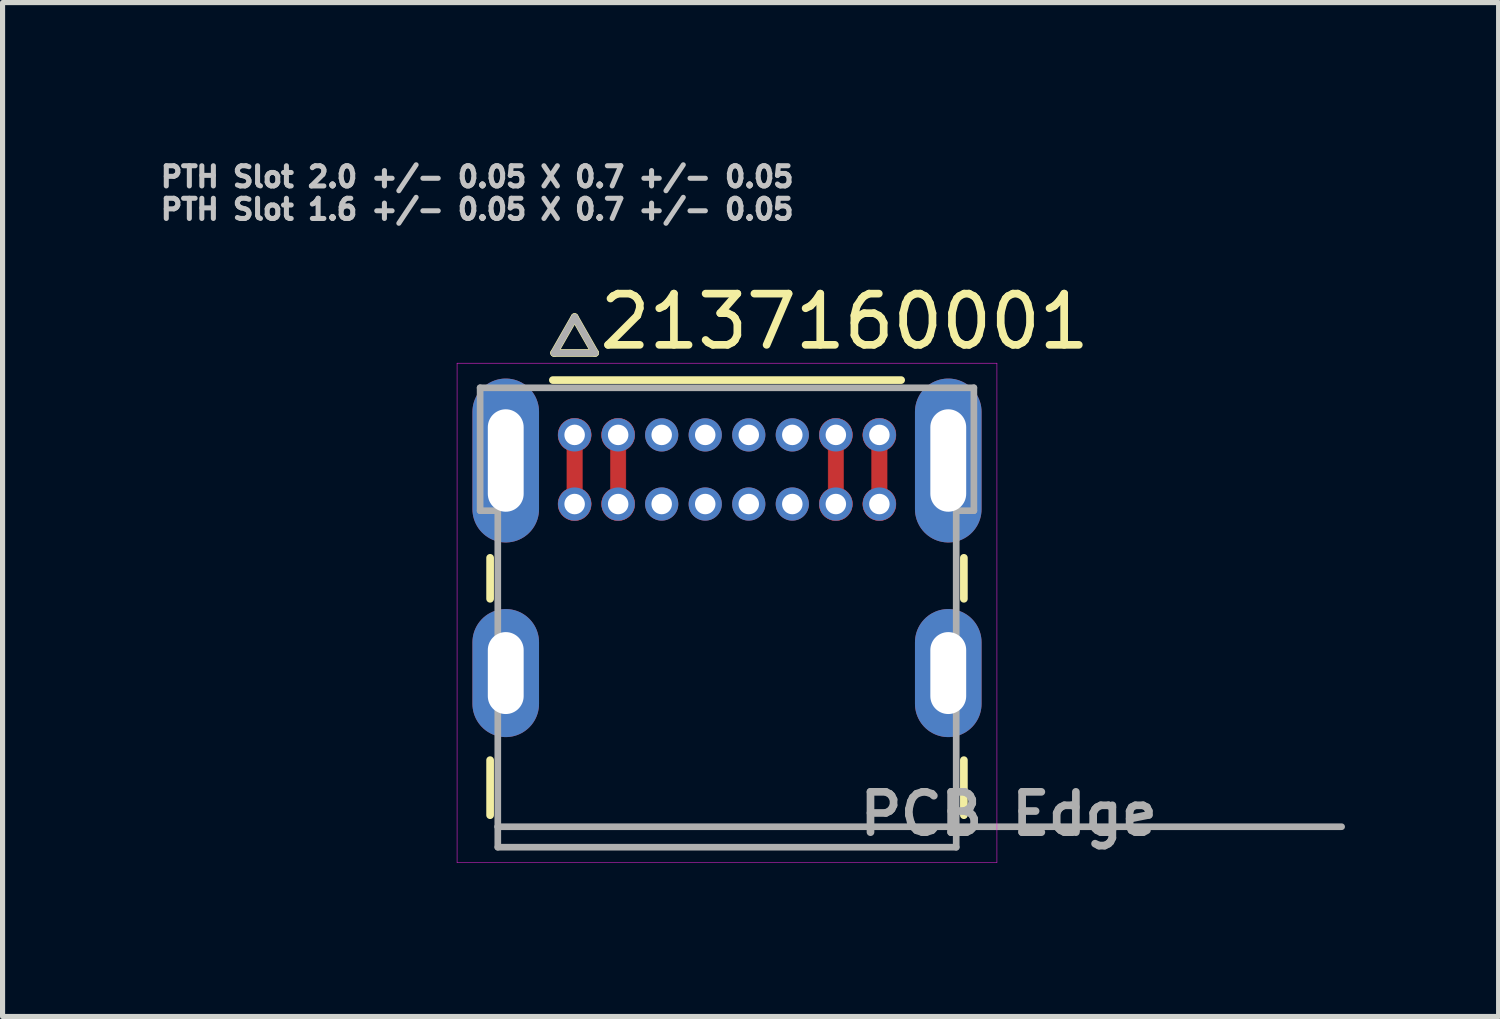
<source format=kicad_pcb>
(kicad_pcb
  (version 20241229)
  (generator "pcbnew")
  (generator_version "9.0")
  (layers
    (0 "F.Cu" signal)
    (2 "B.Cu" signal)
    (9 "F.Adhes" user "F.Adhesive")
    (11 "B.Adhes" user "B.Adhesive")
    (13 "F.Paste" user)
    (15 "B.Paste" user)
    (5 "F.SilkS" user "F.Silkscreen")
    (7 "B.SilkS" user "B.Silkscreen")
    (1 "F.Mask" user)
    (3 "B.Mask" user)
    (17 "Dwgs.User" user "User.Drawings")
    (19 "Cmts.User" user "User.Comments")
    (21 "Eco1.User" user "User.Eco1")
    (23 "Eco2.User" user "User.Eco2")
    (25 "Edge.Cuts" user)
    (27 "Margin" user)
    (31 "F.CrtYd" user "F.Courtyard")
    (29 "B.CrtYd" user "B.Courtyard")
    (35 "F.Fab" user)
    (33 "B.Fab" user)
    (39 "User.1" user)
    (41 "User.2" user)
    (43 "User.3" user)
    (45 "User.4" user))
  (footprint "2137160001"
    (layer "F.Cu")
    (at 11.144 13.091)
    (property "Reference" "2137160001" (at 2.297 -9.863 0) (layer "F.SilkS") (effects (font (size 1 1) (thickness 0.15))))
    (attr through_hole)
    (fp_poly (pts (xy -2.825 -6.587) (xy -2.775 -6.555) (xy -2.733 -6.516) (xy -2.699 -6.47) (xy -2.673 -6.419) (xy -2.657 -6.364) (xy -2.651 -6.307) (xy -2.655 -6.25) (xy -2.669 -6.194) (xy -2.692 -6.142) (xy -2.724 -6.095) (xy -2.764 -6.054) (xy -2.811 -6.021) (xy -2.863 -5.996) (xy -2.918 -5.981) (xy -2.975 -5.976) (xy -3.032 -5.981) (xy -3.087 -5.996) (xy -3.139 -6.021) (xy -3.186 -6.054) (xy -3.226 -6.095) (xy -3.258 -6.142) (xy -3.281 -6.194) (xy -3.295 -6.25) (xy -3.299 -6.307) (xy -3.293 -6.364) (xy -3.277 -6.419) (xy -3.251 -6.47) (xy -3.217 -6.516) (xy -3.175 -6.555) (xy -3.125 -6.587) (xy -3.125 -7.363) (xy -3.175 -7.395) (xy -3.217 -7.434) (xy -3.251 -7.48) (xy -3.277 -7.531) (xy -3.293 -7.586) (xy -3.299 -7.643) (xy -3.295 -7.7) (xy -3.281 -7.756) (xy -3.258 -7.808) (xy -3.226 -7.855) (xy -3.186 -7.896) (xy -3.139 -7.929) (xy -3.087 -7.954) (xy -3.032 -7.969) (xy -2.975 -7.974) (xy -2.918 -7.969) (xy -2.863 -7.954) (xy -2.811 -7.929) (xy -2.764 -7.896) (xy -2.724 -7.855) (xy -2.692 -7.808) (xy -2.669 -7.756) (xy -2.655 -7.7) (xy -2.651 -7.643) (xy -2.657 -7.586) (xy -2.673 -7.531) (xy -2.699 -7.48) (xy -2.733 -7.434) (xy -2.775 -7.395) (xy -2.825 -7.363) (xy -2.825 -6.587) (xy -2.825 -6.587)) (stroke (width 0.01) (type solid)) (fill yes) (layer "F.Cu"))
    (fp_poly (pts (xy -1.975 -6.587) (xy -1.925 -6.555) (xy -1.883 -6.516) (xy -1.849 -6.47) (xy -1.823 -6.419) (xy -1.807 -6.364) (xy -1.801 -6.307) (xy -1.805 -6.25) (xy -1.819 -6.194) (xy -1.842 -6.142) (xy -1.874 -6.095) (xy -1.914 -6.054) (xy -1.961 -6.021) (xy -2.013 -5.996) (xy -2.068 -5.981) (xy -2.125 -5.976) (xy -2.182 -5.981) (xy -2.237 -5.996) (xy -2.289 -6.021) (xy -2.336 -6.054) (xy -2.376 -6.095) (xy -2.408 -6.142) (xy -2.431 -6.194) (xy -2.445 -6.25) (xy -2.449 -6.307) (xy -2.443 -6.364) (xy -2.427 -6.419) (xy -2.401 -6.47) (xy -2.367 -6.516) (xy -2.325 -6.555) (xy -2.275 -6.587) (xy -2.275 -7.363) (xy -2.325 -7.395) (xy -2.367 -7.434) (xy -2.401 -7.48) (xy -2.427 -7.531) (xy -2.443 -7.586) (xy -2.449 -7.643) (xy -2.445 -7.7) (xy -2.431 -7.756) (xy -2.408 -7.808) (xy -2.376 -7.855) (xy -2.336 -7.896) (xy -2.289 -7.929) (xy -2.237 -7.954) (xy -2.182 -7.969) (xy -2.125 -7.974) (xy -2.068 -7.969) (xy -2.013 -7.954) (xy -1.961 -7.929) (xy -1.914 -7.896) (xy -1.874 -7.855) (xy -1.842 -7.808) (xy -1.819 -7.756) (xy -1.805 -7.7) (xy -1.801 -7.643) (xy -1.807 -7.586) (xy -1.823 -7.531) (xy -1.849 -7.48) (xy -1.883 -7.434) (xy -1.925 -7.395) (xy -1.975 -7.363) (xy -1.975 -6.587) (xy -1.975 -6.587)) (stroke (width 0.01) (type solid)) (fill yes) (layer "F.Cu"))
    (fp_poly (pts (xy 1.975 -7.363) (xy 1.975 -6.587) (xy 1.925 -6.555) (xy 1.883 -6.516) (xy 1.849 -6.47) (xy 1.823 -6.419) (xy 1.807 -6.364) (xy 1.801 -6.307) (xy 1.805 -6.25) (xy 1.819 -6.194) (xy 1.842 -6.142) (xy 1.874 -6.095) (xy 1.914 -6.054) (xy 1.961 -6.021) (xy 2.013 -5.996) (xy 2.068 -5.981) (xy 2.125 -5.976) (xy 2.182 -5.981) (xy 2.237 -5.996) (xy 2.289 -6.021) (xy 2.336 -6.054) (xy 2.376 -6.095) (xy 2.408 -6.142) (xy 2.431 -6.194) (xy 2.445 -6.25) (xy 2.449 -6.307) (xy 2.443 -6.364) (xy 2.427 -6.419) (xy 2.401 -6.47) (xy 2.367 -6.516) (xy 2.325 -6.555) (xy 2.275 -6.587) (xy 2.275 -7.363) (xy 2.325 -7.395) (xy 2.367 -7.434) (xy 2.401 -7.48) (xy 2.427 -7.531) (xy 2.443 -7.586) (xy 2.449 -7.643) (xy 2.445 -7.7) (xy 2.431 -7.756) (xy 2.408 -7.808) (xy 2.376 -7.855) (xy 2.336 -7.896) (xy 2.289 -7.929) (xy 2.237 -7.954) (xy 2.182 -7.969) (xy 2.125 -7.974) (xy 2.068 -7.969) (xy 2.013 -7.954) (xy 1.961 -7.929) (xy 1.914 -7.896) (xy 1.874 -7.855) (xy 1.842 -7.808) (xy 1.819 -7.756) (xy 1.805 -7.7) (xy 1.801 -7.643) (xy 1.807 -7.586) (xy 1.823 -7.531) (xy 1.849 -7.48) (xy 1.883 -7.434) (xy 1.925 -7.395) (xy 1.975 -7.363) (xy 1.975 -7.363)) (stroke (width 0.01) (type solid)) (fill yes) (layer "F.Cu"))
    (fp_poly (pts (xy 3.125 -6.587) (xy 3.175 -6.555) (xy 3.217 -6.516) (xy 3.251 -6.47) (xy 3.277 -6.419) (xy 3.293 -6.364) (xy 3.299 -6.307) (xy 3.295 -6.25) (xy 3.281 -6.194) (xy 3.258 -6.142) (xy 3.226 -6.095) (xy 3.186 -6.054) (xy 3.139 -6.021) (xy 3.087 -5.996) (xy 3.032 -5.981) (xy 2.975 -5.976) (xy 2.918 -5.981) (xy 2.863 -5.996) (xy 2.811 -6.021) (xy 2.764 -6.054) (xy 2.724 -6.095) (xy 2.692 -6.142) (xy 2.669 -6.194) (xy 2.655 -6.25) (xy 2.651 -6.307) (xy 2.657 -6.364) (xy 2.673 -6.419) (xy 2.699 -6.47) (xy 2.733 -6.516) (xy 2.775 -6.555) (xy 2.825 -6.587) (xy 2.825 -7.363) (xy 2.775 -7.395) (xy 2.733 -7.434) (xy 2.699 -7.48) (xy 2.673 -7.531) (xy 2.657 -7.586) (xy 2.651 -7.643) (xy 2.655 -7.7) (xy 2.669 -7.756) (xy 2.692 -7.808) (xy 2.724 -7.855) (xy 2.764 -7.896) (xy 2.811 -7.929) (xy 2.863 -7.954) (xy 2.918 -7.969) (xy 2.975 -7.974) (xy 3.032 -7.969) (xy 3.087 -7.954) (xy 3.139 -7.929) (xy 3.186 -7.896) (xy 3.226 -7.855) (xy 3.258 -7.808) (xy 3.281 -7.756) (xy 3.295 -7.7) (xy 3.299 -7.643) (xy 3.293 -7.586) (xy 3.277 -7.531) (xy 3.251 -7.48) (xy 3.217 -7.434) (xy 3.175 -7.395) (xy 3.125 -7.363) (xy 3.125 -6.587) (xy 3.125 -6.587)) (stroke (width 0.01) (type solid)) (fill yes) (layer "F.Cu"))
    (fp_circle (center -1.275 -7.65) (end -1.081 -7.65) (stroke (width 0.388) (type solid)) (fill no) (layer "F.Mask"))
    (fp_circle (center -1.275 -6.3) (end -1.081 -6.3) (stroke (width 0.388) (type solid)) (fill no) (layer "F.Mask"))
    (fp_circle (center -0.425 -7.65) (end -0.231 -7.65) (stroke (width 0.388) (type solid)) (fill no) (layer "F.Mask"))
    (fp_circle (center -0.425 -6.3) (end -0.231 -6.3) (stroke (width 0.388) (type solid)) (fill no) (layer "F.Mask"))
    (fp_circle (center 0.425 -7.65) (end 0.619 -7.65) (stroke (width 0.388) (type solid)) (fill no) (layer "F.Mask"))
    (fp_circle (center 0.425 -6.3) (end 0.619 -6.3) (stroke (width 0.388) (type solid)) (fill no) (layer "F.Mask"))
    (fp_circle (center 1.275 -7.65) (end 1.469 -7.65) (stroke (width 0.388) (type solid)) (fill no) (layer "F.Mask"))
    (fp_circle (center 1.275 -6.3) (end 1.469 -6.3) (stroke (width 0.388) (type solid)) (fill no) (layer "F.Mask"))
    (fp_poly (pts (xy -3.188 -7.327) (xy -3.188 -6.623) (xy -3.238 -6.584) (xy -3.283 -6.535) (xy -3.318 -6.48) (xy -3.344 -6.418) (xy -3.359 -6.354) (xy -3.362 -6.288) (xy -3.355 -6.222) (xy -3.336 -6.159) (xy -3.306 -6.099) (xy -3.267 -6.046) (xy -3.22 -6) (xy -3.165 -5.962) (xy -3.105 -5.935) (xy -3.041 -5.918) (xy -2.975 -5.912) (xy -2.909 -5.918) (xy -2.845 -5.935) (xy -2.785 -5.962) (xy -2.73 -6) (xy -2.683 -6.046) (xy -2.644 -6.099) (xy -2.614 -6.159) (xy -2.595 -6.222) (xy -2.588 -6.288) (xy -2.591 -6.354) (xy -2.606 -6.418) (xy -2.632 -6.48) (xy -2.667 -6.535) (xy -2.712 -6.584) (xy -2.761 -6.623) (xy -2.761 -7.327) (xy -2.712 -7.366) (xy -2.667 -7.415) (xy -2.632 -7.47) (xy -2.606 -7.532) (xy -2.591 -7.596) (xy -2.588 -7.662) (xy -2.595 -7.728) (xy -2.614 -7.791) (xy -2.644 -7.851) (xy -2.683 -7.904) (xy -2.73 -7.95) (xy -2.785 -7.988) (xy -2.845 -8.015) (xy -2.909 -8.032) (xy -2.975 -8.038) (xy -3.041 -8.032) (xy -3.105 -8.015) (xy -3.165 -7.988) (xy -3.22 -7.95) (xy -3.267 -7.904) (xy -3.306 -7.851) (xy -3.336 -7.791) (xy -3.355 -7.728) (xy -3.362 -7.662) (xy -3.359 -7.596) (xy -3.344 -7.532) (xy -3.318 -7.47) (xy -3.283 -7.415) (xy -3.238 -7.366) (xy -3.188 -7.327) (xy -3.188 -7.327)) (stroke (width 0.01) (type solid)) (fill yes) (layer "F.Mask"))
    (fp_poly (pts (xy -1.911 -6.623) (xy -1.862 -6.584) (xy -1.817 -6.535) (xy -1.782 -6.48) (xy -1.756 -6.418) (xy -1.741 -6.354) (xy -1.738 -6.288) (xy -1.745 -6.222) (xy -1.764 -6.159) (xy -1.794 -6.099) (xy -1.833 -6.046) (xy -1.88 -6) (xy -1.935 -5.962) (xy -1.995 -5.935) (xy -2.059 -5.918) (xy -2.125 -5.912) (xy -2.191 -5.918) (xy -2.255 -5.935) (xy -2.315 -5.962) (xy -2.37 -6) (xy -2.417 -6.046) (xy -2.456 -6.099) (xy -2.486 -6.159) (xy -2.505 -6.222) (xy -2.512 -6.288) (xy -2.509 -6.354) (xy -2.494 -6.418) (xy -2.468 -6.48) (xy -2.433 -6.535) (xy -2.388 -6.584) (xy -2.338 -6.623) (xy -2.338 -7.327) (xy -2.388 -7.366) (xy -2.433 -7.415) (xy -2.468 -7.47) (xy -2.494 -7.532) (xy -2.509 -7.596) (xy -2.512 -7.662) (xy -2.505 -7.728) (xy -2.486 -7.791) (xy -2.456 -7.851) (xy -2.417 -7.904) (xy -2.37 -7.95) (xy -2.315 -7.988) (xy -2.255 -8.015) (xy -2.191 -8.032) (xy -2.125 -8.038) (xy -2.059 -8.032) (xy -1.995 -8.015) (xy -1.935 -7.988) (xy -1.88 -7.95) (xy -1.833 -7.904) (xy -1.794 -7.851) (xy -1.764 -7.791) (xy -1.745 -7.728) (xy -1.738 -7.662) (xy -1.741 -7.596) (xy -1.756 -7.532) (xy -1.782 -7.47) (xy -1.817 -7.415) (xy -1.862 -7.366) (xy -1.911 -7.327) (xy -1.911 -6.623) (xy -1.911 -6.623)) (stroke (width 0.01) (type solid)) (fill yes) (layer "F.Mask"))
    (fp_poly (pts (xy 2.338 -6.623) (xy 2.388 -6.584) (xy 2.433 -6.535) (xy 2.468 -6.48) (xy 2.494 -6.418) (xy 2.509 -6.354) (xy 2.512 -6.288) (xy 2.505 -6.222) (xy 2.486 -6.159) (xy 2.456 -6.099) (xy 2.417 -6.046) (xy 2.37 -6) (xy 2.315 -5.962) (xy 2.255 -5.935) (xy 2.191 -5.918) (xy 2.125 -5.912) (xy 2.059 -5.918) (xy 1.995 -5.935) (xy 1.935 -5.962) (xy 1.88 -6) (xy 1.833 -6.046) (xy 1.794 -6.099) (xy 1.764 -6.159) (xy 1.745 -6.222) (xy 1.738 -6.288) (xy 1.741 -6.354) (xy 1.756 -6.418) (xy 1.782 -6.48) (xy 1.817 -6.535) (xy 1.862 -6.584) (xy 1.911 -6.623) (xy 1.911 -7.327) (xy 1.862 -7.366) (xy 1.817 -7.415) (xy 1.782 -7.47) (xy 1.756 -7.532) (xy 1.741 -7.596) (xy 1.738 -7.662) (xy 1.745 -7.728) (xy 1.764 -7.791) (xy 1.794 -7.851) (xy 1.833 -7.904) (xy 1.88 -7.95) (xy 1.935 -7.988) (xy 1.995 -8.015) (xy 2.059 -8.032) (xy 2.125 -8.038) (xy 2.191 -8.032) (xy 2.255 -8.015) (xy 2.315 -7.988) (xy 2.37 -7.95) (xy 2.417 -7.904) (xy 2.456 -7.851) (xy 2.486 -7.791) (xy 2.505 -7.728) (xy 2.512 -7.662) (xy 2.509 -7.596) (xy 2.494 -7.532) (xy 2.468 -7.47) (xy 2.433 -7.415) (xy 2.388 -7.366) (xy 2.338 -7.327) (xy 2.338 -6.623) (xy 2.338 -6.623)) (stroke (width 0.01) (type solid)) (fill yes) (layer "F.Mask"))
    (fp_poly (pts (xy 2.761 -7.327) (xy 2.761 -6.623) (xy 2.712 -6.584) (xy 2.667 -6.535) (xy 2.632 -6.48) (xy 2.606 -6.418) (xy 2.591 -6.354) (xy 2.588 -6.288) (xy 2.595 -6.222) (xy 2.614 -6.159) (xy 2.644 -6.099) (xy 2.683 -6.046) (xy 2.73 -6) (xy 2.785 -5.962) (xy 2.845 -5.935) (xy 2.909 -5.918) (xy 2.975 -5.912) (xy 3.041 -5.918) (xy 3.105 -5.935) (xy 3.165 -5.962) (xy 3.22 -6) (xy 3.267 -6.046) (xy 3.306 -6.099) (xy 3.336 -6.159) (xy 3.355 -6.222) (xy 3.362 -6.288) (xy 3.359 -6.354) (xy 3.344 -6.418) (xy 3.318 -6.48) (xy 3.283 -6.535) (xy 3.238 -6.584) (xy 3.188 -6.623) (xy 3.188 -7.327) (xy 3.238 -7.366) (xy 3.283 -7.415) (xy 3.318 -7.47) (xy 3.344 -7.532) (xy 3.359 -7.596) (xy 3.362 -7.662) (xy 3.355 -7.728) (xy 3.336 -7.791) (xy 3.306 -7.851) (xy 3.267 -7.904) (xy 3.22 -7.95) (xy 3.165 -7.988) (xy 3.105 -8.015) (xy 3.041 -8.032) (xy 2.975 -8.038) (xy 2.909 -8.032) (xy 2.845 -8.015) (xy 2.785 -7.988) (xy 2.73 -7.95) (xy 2.683 -7.904) (xy 2.644 -7.851) (xy 2.614 -7.791) (xy 2.595 -7.728) (xy 2.588 -7.662) (xy 2.591 -7.596) (xy 2.606 -7.532) (xy 2.632 -7.47) (xy 2.667 -7.415) (xy 2.712 -7.366) (xy 2.761 -7.327) (xy 2.761 -7.327)) (stroke (width 0.01) (type solid)) (fill yes) (layer "F.Mask"))
    (fp_circle (center -2.975 -7.65) (end -2.781 -7.65) (stroke (width 0.388) (type solid)) (fill no) (layer "B.Mask"))
    (fp_circle (center -2.975 -6.3) (end -2.781 -6.3) (stroke (width 0.388) (type solid)) (fill no) (layer "B.Mask"))
    (fp_circle (center -2.125 -7.65) (end -1.931 -7.65) (stroke (width 0.388) (type solid)) (fill no) (layer "B.Mask"))
    (fp_circle (center -2.125 -6.3) (end -1.931 -6.3) (stroke (width 0.388) (type solid)) (fill no) (layer "B.Mask"))
    (fp_circle (center -1.275 -7.65) (end -1.081 -7.65) (stroke (width 0.388) (type solid)) (fill no) (layer "B.Mask"))
    (fp_circle (center -1.275 -6.3) (end -1.081 -6.3) (stroke (width 0.388) (type solid)) (fill no) (layer "B.Mask"))
    (fp_circle (center -0.425 -7.65) (end -0.231 -7.65) (stroke (width 0.388) (type solid)) (fill no) (layer "B.Mask"))
    (fp_circle (center -0.425 -6.3) (end -0.231 -6.3) (stroke (width 0.388) (type solid)) (fill no) (layer "B.Mask"))
    (fp_circle (center 0.425 -7.65) (end 0.619 -7.65) (stroke (width 0.388) (type solid)) (fill no) (layer "B.Mask"))
    (fp_circle (center 0.425 -6.3) (end 0.619 -6.3) (stroke (width 0.388) (type solid)) (fill no) (layer "B.Mask"))
    (fp_circle (center 1.275 -7.65) (end 1.469 -7.65) (stroke (width 0.388) (type solid)) (fill no) (layer "B.Mask"))
    (fp_circle (center 1.275 -6.3) (end 1.469 -6.3) (stroke (width 0.388) (type solid)) (fill no) (layer "B.Mask"))
    (fp_circle (center 2.125 -7.65) (end 2.319 -7.65) (stroke (width 0.388) (type solid)) (fill no) (layer "B.Mask"))
    (fp_circle (center 2.125 -6.3) (end 2.319 -6.3) (stroke (width 0.388) (type solid)) (fill no) (layer "B.Mask"))
    (fp_circle (center 2.975 -7.65) (end 3.169 -7.65) (stroke (width 0.388) (type solid)) (fill no) (layer "B.Mask"))
    (fp_circle (center 2.975 -6.3) (end 3.169 -6.3) (stroke (width 0.388) (type solid)) (fill no) (layer "B.Mask"))
    (fp_line (start -4.625 -5.25) (end -4.625 -4.45) (stroke (width 0.15) (type solid)) (layer "F.SilkS"))
    (fp_line (start -4.625 -0.225) (end -4.625 -1.3) (stroke (width 0.15) (type solid)) (layer "F.SilkS"))
    (fp_line (start -3.375 -9.25) (end -2.575 -9.25) (stroke (width 0.15) (type solid)) (layer "F.SilkS"))
    (fp_line (start -2.975 -9.95) (end -3.375 -9.25) (stroke (width 0.15) (type solid)) (layer "F.SilkS"))
    (fp_line (start -2.575 -9.25) (end -2.975 -9.95) (stroke (width 0.15) (type solid)) (layer "F.SilkS"))
    (fp_line (start 3.4 -8.72) (end -3.4 -8.72) (stroke (width 0.15) (type solid)) (layer "F.SilkS"))
    (fp_line (start 4.625 -4.45) (end 4.625 -5.25) (stroke (width 0.15) (type solid)) (layer "F.SilkS"))
    (fp_line (start 4.625 -0.225) (end 4.625 -1.3) (stroke (width 0.15) (type solid)) (layer "F.SilkS"))
    (fp_line (start -5.27 -9.05) (end -5.27 0.7) (stroke (width 0.01) (type solid)) (layer "F.CrtYd"))
    (fp_line (start -5.27 0.7) (end 5.27 0.7) (stroke (width 0.01) (type solid)) (layer "F.CrtYd"))
    (fp_line (start 5.27 -9.05) (end -5.27 -9.05) (stroke (width 0.01) (type solid)) (layer "F.CrtYd"))
    (fp_line (start 5.27 0.7) (end 5.27 -9.05) (stroke (width 0.01) (type solid)) (layer "F.CrtYd"))
    (fp_line (start -4.82 -8.57) (end -4.82 -6.17) (stroke (width 0.13) (type solid)) (layer "F.Fab"))
    (fp_line (start -4.82 -6.17) (end -4.475 -6.17) (stroke (width 0.13) (type solid)) (layer "F.Fab"))
    (fp_line (start -4.475 -6.17) (end -4.475 0) (stroke (width 0.13) (type solid)) (layer "F.Fab"))
    (fp_line (start -4.475 0) (end -4.475 0.4) (stroke (width 0.13) (type solid)) (layer "F.Fab"))
    (fp_line (start -4.475 0) (end 12 0) (stroke (width 0.13) (type solid)) (layer "F.Fab"))
    (fp_line (start -4.475 0.4) (end 4.475 0.4) (stroke (width 0.13) (type solid)) (layer "F.Fab"))
    (fp_line (start -3.375 -9.25) (end -2.575 -9.25) (stroke (width 0.13) (type solid)) (layer "F.Fab"))
    (fp_line (start -2.975 -9.95) (end -3.375 -9.25) (stroke (width 0.13) (type solid)) (layer "F.Fab"))
    (fp_line (start -2.575 -9.25) (end -2.975 -9.95) (stroke (width 0.13) (type solid)) (layer "F.Fab"))
    (fp_line (start 4.475 0.4) (end 4.475 -6.17) (stroke (width 0.13) (type solid)) (layer "F.Fab"))
    (fp_line (start 4.82 -8.57) (end -4.82 -8.57) (stroke (width 0.13) (type solid)) (layer "F.Fab"))
    (fp_line (start 4.82 -8.57) (end 4.82 -6.17) (stroke (width 0.13) (type solid)) (layer "F.Fab"))
    (fp_line (start 4.82 -6.17) (end 4.475 -6.17) (stroke (width 0.13) (type solid)) (layer "F.Fab"))
    (fp_text user "PTH Slot 2.0 +/- 0.05 X 0.7 +/- 0.05" (at -4.878 -12.688 0) (layer "Dwgs.User") (effects (font (size 0.394 0.394) (thickness 0.15))))
    (fp_text user "PTH Slot 1.6 +/- 0.05 X 0.7 +/- 0.05" (at -4.878 -12.053 0) (layer "Dwgs.User") (effects (font (size 0.394 0.394) (thickness 0.15))))
    (fp_text user "PCB Edge" (at 5.5 -0.25 0) (layer "F.Fab") (effects (font (size 0.787 0.787) (thickness 0.15))))
    (pad "A1" thru_hole circle (at -2.975 -7.65) (size 0.648 0.648) (drill 0.4) (layers "*.Cu"))
    (pad "A4" thru_hole circle (at -2.125 -7.65) (size 0.648 0.648) (drill 0.4) (layers "*.Cu"))
    (pad "A5" thru_hole circle (at -1.275 -7.65) (size 0.648 0.648) (drill 0.4) (layers "*.Cu"))
    (pad "A6" thru_hole circle (at -0.425 -7.65) (size 0.648 0.648) (drill 0.4) (layers "*.Cu"))
    (pad "A7" thru_hole circle (at 0.425 -7.65) (size 0.648 0.648) (drill 0.4) (layers "*.Cu"))
    (pad "A8" thru_hole circle (at 1.275 -7.65) (size 0.648 0.648) (drill 0.4) (layers "*.Cu"))
    (pad "A9" thru_hole circle (at 2.125 -7.65) (size 0.648 0.648) (drill 0.4) (layers "*.Cu"))
    (pad "A12" thru_hole circle (at 2.975 -7.65) (size 0.648 0.648) (drill 0.4) (layers "*.Cu"))
    (pad "B1" thru_hole circle (at 2.975 -6.3) (size 0.648 0.648) (drill 0.4) (layers "*.Cu"))
    (pad "B4" thru_hole circle (at 2.125 -6.3) (size 0.648 0.648) (drill 0.4) (layers "*.Cu"))
    (pad "B5" thru_hole circle (at 1.275 -6.3) (size 0.648 0.648) (drill 0.4) (layers "*.Cu"))
    (pad "B6" thru_hole circle (at 0.425 -6.3) (size 0.648 0.648) (drill 0.4) (layers "*.Cu"))
    (pad "B7" thru_hole circle (at -0.425 -6.3) (size 0.648 0.648) (drill 0.4) (layers "*.Cu"))
    (pad "B8" thru_hole circle (at -1.275 -6.3) (size 0.648 0.648) (drill 0.4) (layers "*.Cu"))
    (pad "B9" thru_hole circle (at -2.125 -6.3) (size 0.648 0.648) (drill 0.4) (layers "*.Cu"))
    (pad "B12" thru_hole circle (at -2.975 -6.3) (size 0.648 0.648) (drill 0.4) (layers "*.Cu"))
    (pad "SH1" thru_hole oval (at -4.32 -3) (size 1.3 2.5) (drill oval 0.7 1.6) (layers "*.Cu" "*.Mask"))
    (pad "SH2" thru_hole oval (at 4.32 -3) (size 1.3 2.5) (drill oval 0.7 1.6) (layers "*.Cu" "*.Mask"))
    (pad "SH3" thru_hole oval (at -4.32 -7.15) (size 1.3 3.2) (drill oval 0.7 2) (layers "*.Cu" "*.Mask"))
    (pad "SH4" thru_hole oval (at 4.32 -7.15) (size 1.3 3.2) (drill oval 0.7 2) (layers "*.Cu" "*.Mask")))
  (gr_rect
    (start -3 -3)
    (end 26.209 16.796)
    (stroke (width 0.1) (type default))
    (fill no)
    (layer "Edge.Cuts")))
</source>
